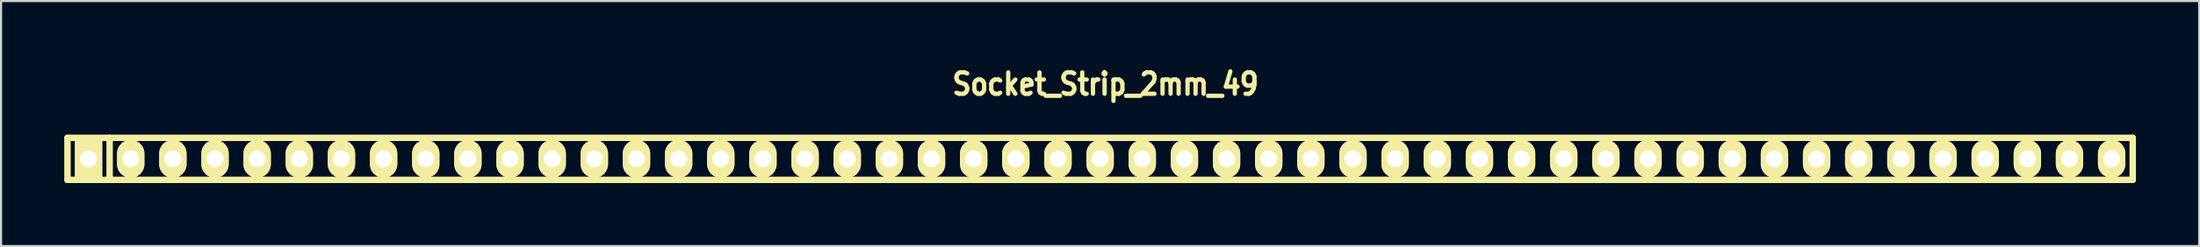
<source format=kicad_pcb>
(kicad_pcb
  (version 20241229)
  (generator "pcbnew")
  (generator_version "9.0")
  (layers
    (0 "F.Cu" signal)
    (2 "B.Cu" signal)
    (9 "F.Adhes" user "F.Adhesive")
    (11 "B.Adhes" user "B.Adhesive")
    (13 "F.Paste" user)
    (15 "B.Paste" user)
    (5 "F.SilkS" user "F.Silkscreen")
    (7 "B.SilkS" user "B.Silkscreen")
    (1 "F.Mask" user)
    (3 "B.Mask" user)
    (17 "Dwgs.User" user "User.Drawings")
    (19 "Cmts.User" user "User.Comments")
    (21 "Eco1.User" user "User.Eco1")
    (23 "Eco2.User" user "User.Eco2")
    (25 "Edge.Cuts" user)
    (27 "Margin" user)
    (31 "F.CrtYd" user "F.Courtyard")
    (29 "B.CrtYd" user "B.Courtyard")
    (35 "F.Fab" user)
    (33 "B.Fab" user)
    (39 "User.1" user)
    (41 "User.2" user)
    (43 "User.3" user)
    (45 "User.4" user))
  (footprint "Socket_Strip_2mm_49"
    (layer "F.Cu")
    (at 49.152 4.507)
    (property "Reference" "Socket_Strip_2mm_49" (at 0.254 -3.556 0) (layer "F.SilkS") (effects (font (size 1.016 0.889) (thickness 0.203))))
    (attr through_hole)
    (fp_line (start -49 -1) (end 49 -1) (stroke (width 0.305) (type solid)) (layer "F.SilkS"))
    (fp_line (start -49 1) (end -49 -1) (stroke (width 0.305) (type solid)) (layer "F.SilkS"))
    (fp_line (start -47 -1) (end -47 1) (stroke (width 0.305) (type solid)) (layer "F.SilkS"))
    (fp_line (start 49 -1) (end 49 1) (stroke (width 0.305) (type solid)) (layer "F.SilkS"))
    (fp_line (start 49 1) (end -49 1) (stroke (width 0.305) (type solid)) (layer "F.SilkS"))
    (pad "1" thru_hole rect (at -48 0) (size 1.3 1.8) (drill 0.8) (layers "*.Cu" "*.Mask" "F.SilkS"))
    (pad "2" thru_hole oval (at -46 0) (size 1.3 1.8) (drill 0.8) (layers "*.Cu" "*.Mask" "F.SilkS"))
    (pad "3" thru_hole oval (at -44 0) (size 1.3 1.8) (drill 0.8) (layers "*.Cu" "*.Mask" "F.SilkS"))
    (pad "4" thru_hole oval (at -42 0) (size 1.3 1.8) (drill 0.8) (layers "*.Cu" "*.Mask" "F.SilkS"))
    (pad "5" thru_hole oval (at -40 0) (size 1.3 1.8) (drill 0.8) (layers "*.Cu" "*.Mask" "F.SilkS"))
    (pad "6" thru_hole oval (at -38 0) (size 1.3 1.8) (drill 0.8) (layers "*.Cu" "*.Mask" "F.SilkS"))
    (pad "7" thru_hole oval (at -36 0) (size 1.3 1.8) (drill 0.8) (layers "*.Cu" "*.Mask" "F.SilkS"))
    (pad "8" thru_hole oval (at -34 0) (size 1.3 1.8) (drill 0.8) (layers "*.Cu" "*.Mask" "F.SilkS"))
    (pad "9" thru_hole oval (at -32 0) (size 1.3 1.8) (drill 0.8) (layers "*.Cu" "*.Mask" "F.SilkS"))
    (pad "10" thru_hole oval (at -30 0) (size 1.3 1.8) (drill 0.8) (layers "*.Cu" "*.Mask" "F.SilkS"))
    (pad "11" thru_hole oval (at -28 0) (size 1.3 1.8) (drill 0.8) (layers "*.Cu" "*.Mask" "F.SilkS"))
    (pad "12" thru_hole oval (at -26 0) (size 1.3 1.8) (drill 0.8) (layers "*.Cu" "*.Mask" "F.SilkS"))
    (pad "13" thru_hole oval (at -24 0) (size 1.3 1.8) (drill 0.8) (layers "*.Cu" "*.Mask" "F.SilkS"))
    (pad "14" thru_hole oval (at -22 0) (size 1.3 1.8) (drill 0.8) (layers "*.Cu" "*.Mask" "F.SilkS"))
    (pad "15" thru_hole oval (at -20 0) (size 1.3 1.8) (drill 0.8) (layers "*.Cu" "*.Mask" "F.SilkS"))
    (pad "16" thru_hole oval (at -18 0) (size 1.3 1.8) (drill 0.8) (layers "*.Cu" "*.Mask" "F.SilkS"))
    (pad "17" thru_hole oval (at -16 0) (size 1.3 1.8) (drill 0.8) (layers "*.Cu" "*.Mask" "F.SilkS"))
    (pad "18" thru_hole oval (at -14 0) (size 1.3 1.8) (drill 0.8) (layers "*.Cu" "*.Mask" "F.SilkS"))
    (pad "19" thru_hole oval (at -12 0) (size 1.3 1.8) (drill 0.8) (layers "*.Cu" "*.Mask" "F.SilkS"))
    (pad "20" thru_hole oval (at -10 0) (size 1.3 1.8) (drill 0.8) (layers "*.Cu" "*.Mask" "F.SilkS"))
    (pad "21" thru_hole oval (at -8 0) (size 1.3 1.8) (drill 0.8) (layers "*.Cu" "*.Mask" "F.SilkS"))
    (pad "22" thru_hole oval (at -6 0) (size 1.3 1.8) (drill 0.8) (layers "*.Cu" "*.Mask" "F.SilkS"))
    (pad "23" thru_hole oval (at -4 0) (size 1.3 1.8) (drill 0.8) (layers "*.Cu" "*.Mask" "F.SilkS"))
    (pad "24" thru_hole oval (at -2 0) (size 1.3 1.8) (drill 0.8) (layers "*.Cu" "*.Mask" "F.SilkS"))
    (pad "25" thru_hole oval (at 0 0) (size 1.3 1.8) (drill 0.8) (layers "*.Cu" "*.Mask" "F.SilkS"))
    (pad "26" thru_hole oval (at 2 0) (size 1.3 1.8) (drill 0.8) (layers "*.Cu" "*.Mask" "F.SilkS"))
    (pad "27" thru_hole oval (at 4 0) (size 1.3 1.8) (drill 0.8) (layers "*.Cu" "*.Mask" "F.SilkS"))
    (pad "28" thru_hole oval (at 6 0) (size 1.3 1.8) (drill 0.8) (layers "*.Cu" "*.Mask" "F.SilkS"))
    (pad "29" thru_hole oval (at 8 0) (size 1.3 1.8) (drill 0.8) (layers "*.Cu" "*.Mask" "F.SilkS"))
    (pad "30" thru_hole oval (at 10 0) (size 1.3 1.8) (drill 0.8) (layers "*.Cu" "*.Mask" "F.SilkS"))
    (pad "31" thru_hole oval (at 12 0) (size 1.3 1.8) (drill 0.8) (layers "*.Cu" "*.Mask" "F.SilkS"))
    (pad "32" thru_hole oval (at 14 0) (size 1.3 1.8) (drill 0.8) (layers "*.Cu" "*.Mask" "F.SilkS"))
    (pad "33" thru_hole oval (at 16 0) (size 1.3 1.8) (drill 0.8) (layers "*.Cu" "*.Mask" "F.SilkS"))
    (pad "34" thru_hole oval (at 18 0) (size 1.3 1.8) (drill 0.8) (layers "*.Cu" "*.Mask" "F.SilkS"))
    (pad "35" thru_hole oval (at 20 0) (size 1.3 1.8) (drill 0.8) (layers "*.Cu" "*.Mask" "F.SilkS"))
    (pad "36" thru_hole oval (at 22 0) (size 1.3 1.8) (drill 0.8) (layers "*.Cu" "*.Mask" "F.SilkS"))
    (pad "37" thru_hole oval (at 24 0) (size 1.3 1.8) (drill 0.8) (layers "*.Cu" "*.Mask" "F.SilkS"))
    (pad "38" thru_hole oval (at 26 0) (size 1.3 1.8) (drill 0.8) (layers "*.Cu" "*.Mask" "F.SilkS"))
    (pad "39" thru_hole oval (at 28 0) (size 1.3 1.8) (drill 0.8) (layers "*.Cu" "*.Mask" "F.SilkS"))
    (pad "40" thru_hole oval (at 30 0) (size 1.3 1.8) (drill 0.8) (layers "*.Cu" "*.Mask" "F.SilkS"))
    (pad "41" thru_hole oval (at 32 0) (size 1.3 1.8) (drill 0.8) (layers "*.Cu" "*.Mask" "F.SilkS"))
    (pad "42" thru_hole oval (at 34 0) (size 1.3 1.8) (drill 0.8) (layers "*.Cu" "*.Mask" "F.SilkS"))
    (pad "43" thru_hole oval (at 36 0) (size 1.3 1.8) (drill 0.8) (layers "*.Cu" "*.Mask" "F.SilkS"))
    (pad "44" thru_hole oval (at 38 0) (size 1.3 1.8) (drill 0.8) (layers "*.Cu" "*.Mask" "F.SilkS"))
    (pad "45" thru_hole oval (at 40 0) (size 1.3 1.8) (drill 0.8) (layers "*.Cu" "*.Mask" "F.SilkS"))
    (pad "46" thru_hole oval (at 42 0) (size 1.3 1.8) (drill 0.8) (layers "*.Cu" "*.Mask" "F.SilkS"))
    (pad "47" thru_hole oval (at 44 0) (size 1.3 1.8) (drill 0.8) (layers "*.Cu" "*.Mask" "F.SilkS"))
    (pad "48" thru_hole oval (at 46 0) (size 1.3 1.8) (drill 0.8) (layers "*.Cu" "*.Mask" "F.SilkS"))
    (pad "49" thru_hole oval (at 48 0) (size 1.3 1.8) (drill 0.8) (layers "*.Cu" "*.Mask" "F.SilkS")))
  (gr_rect
    (start -3 -3)
    (end 101.305 8.659)
    (stroke (width 0.1) (type default))
    (fill no)
    (layer "Edge.Cuts")))
</source>
